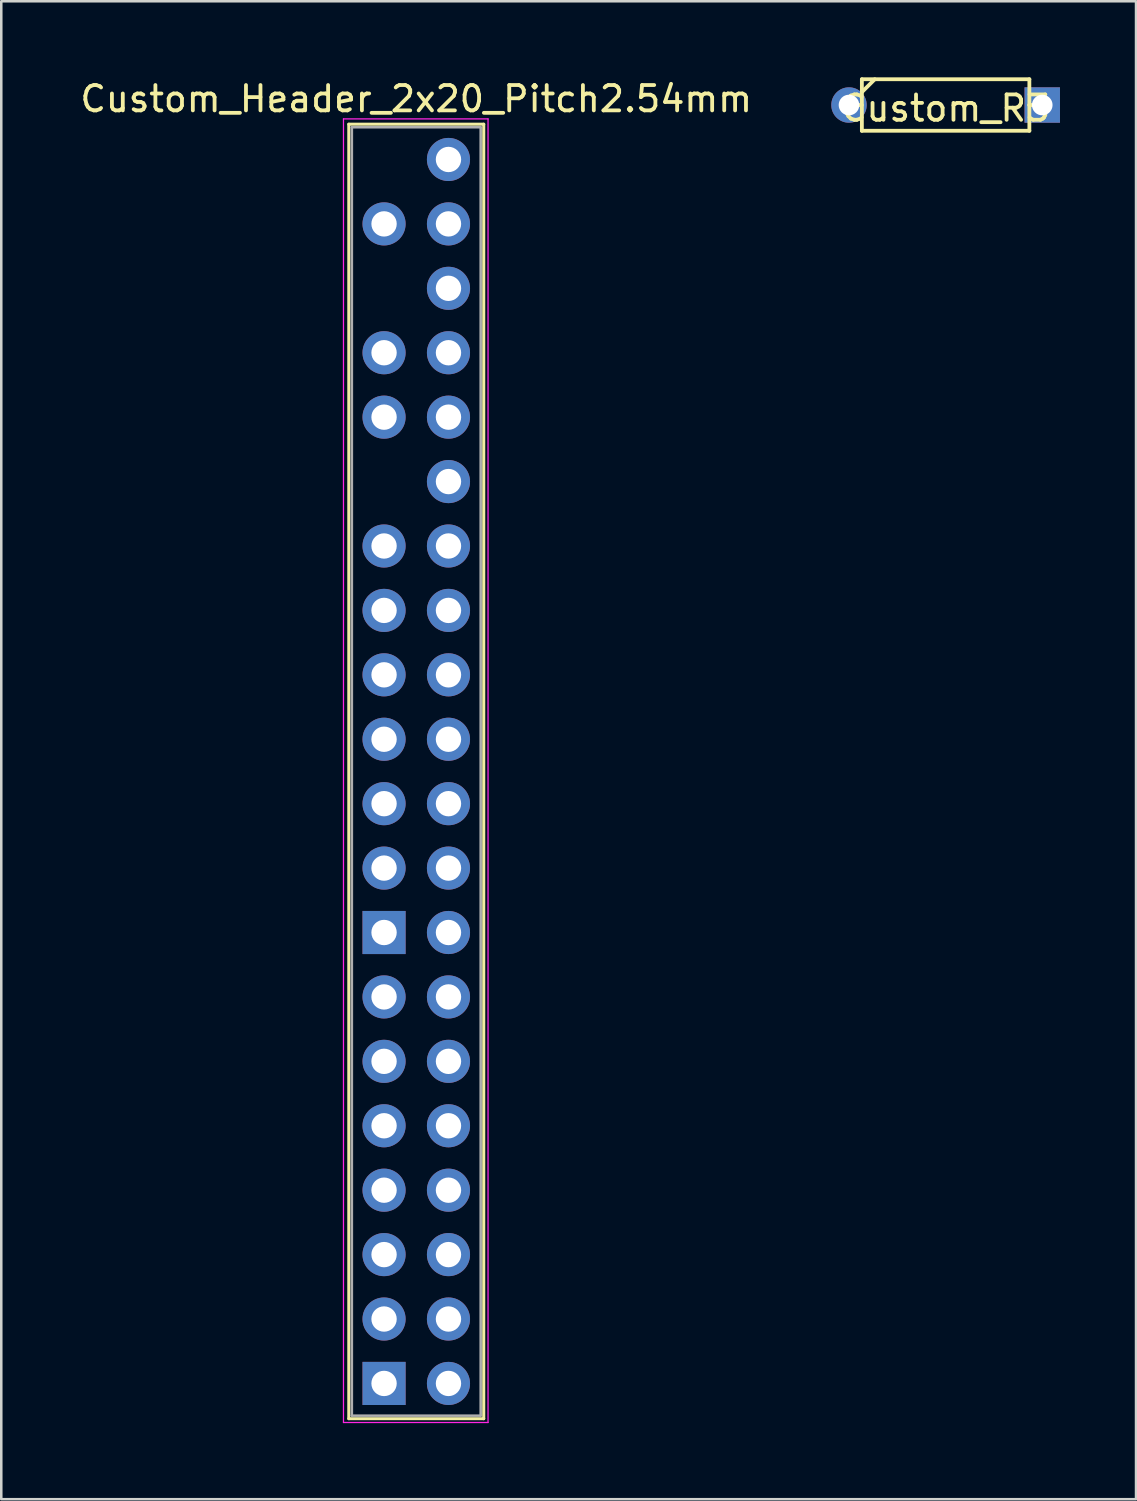
<source format=kicad_pcb>
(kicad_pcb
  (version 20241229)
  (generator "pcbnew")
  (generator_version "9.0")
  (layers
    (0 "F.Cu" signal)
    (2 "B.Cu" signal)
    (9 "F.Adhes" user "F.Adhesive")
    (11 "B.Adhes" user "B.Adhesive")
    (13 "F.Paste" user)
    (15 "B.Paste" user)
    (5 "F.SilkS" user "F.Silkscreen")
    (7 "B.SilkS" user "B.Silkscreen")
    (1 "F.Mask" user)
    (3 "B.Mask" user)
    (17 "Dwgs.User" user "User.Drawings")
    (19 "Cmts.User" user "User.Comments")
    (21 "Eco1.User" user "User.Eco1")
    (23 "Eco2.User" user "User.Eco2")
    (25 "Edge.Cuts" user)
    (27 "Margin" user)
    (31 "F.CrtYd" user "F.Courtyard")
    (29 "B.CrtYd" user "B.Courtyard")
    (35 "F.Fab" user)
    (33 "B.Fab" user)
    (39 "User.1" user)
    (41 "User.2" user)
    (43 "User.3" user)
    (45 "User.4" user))
  (footprint "Custom_Header_2x20_Pitch2.54mm"
    (layer "F.Cu")
    (at 12.093 3.238)
    (property "Reference" "Custom_Header_2x20_Pitch2.54mm" (at 1.27 -2.39 0) (layer "F.SilkS") (effects (font (size 1 1) (thickness 0.15))))
    (attr through_hole)
    (fp_line (start -1.39 -1.39) (end -1.39 49.65) (stroke (width 0.12) (type solid)) (layer "F.SilkS"))
    (fp_line (start -1.39 49.65) (end 3.93 49.65) (stroke (width 0.12) (type solid)) (layer "F.SilkS"))
    (fp_line (start 3.93 -1.39) (end -1.39 -1.39) (stroke (width 0.12) (type solid)) (layer "F.SilkS"))
    (fp_line (start 3.93 49.65) (end 3.93 -1.39) (stroke (width 0.12) (type solid)) (layer "F.SilkS"))
    (fp_line (start -1.6 -1.6) (end -1.6 49.8) (stroke (width 0.05) (type solid)) (layer "F.CrtYd"))
    (fp_line (start -1.6 49.8) (end 4.1 49.8) (stroke (width 0.05) (type solid)) (layer "F.CrtYd"))
    (fp_line (start 4.1 -1.6) (end -1.6 -1.6) (stroke (width 0.05) (type solid)) (layer "F.CrtYd"))
    (fp_line (start 4.1 49.8) (end 4.1 -1.6) (stroke (width 0.05) (type solid)) (layer "F.CrtYd"))
    (fp_line (start -1.27 -1.27) (end -1.27 49.53) (stroke (width 0.1) (type solid)) (layer "F.Fab"))
    (fp_line (start -1.27 49.53) (end 3.81 49.53) (stroke (width 0.1) (type solid)) (layer "F.Fab"))
    (fp_line (start 3.81 -1.27) (end -1.27 -1.27) (stroke (width 0.1) (type solid)) (layer "F.Fab"))
    (fp_line (start 3.81 49.53) (end 3.81 -1.27) (stroke (width 0.1) (type solid)) (layer "F.Fab"))
    (pad "2" thru_hole oval (at 2.54 0) (size 1.7 1.7) (drill 1) (layers "*.Cu" "*.Mask"))
    (pad "3" thru_hole oval (at 0 2.54) (size 1.7 1.7) (drill 1) (layers "*.Cu" "*.Mask"))
    (pad "4" thru_hole oval (at 2.54 2.54) (size 1.7 1.7) (drill 1) (layers "*.Cu" "*.Mask"))
    (pad "6" thru_hole oval (at 2.54 5.08) (size 1.7 1.7) (drill 1) (layers "*.Cu" "*.Mask"))
    (pad "7" thru_hole oval (at 0 7.62) (size 1.7 1.7) (drill 1) (layers "*.Cu" "*.Mask"))
    (pad "8" thru_hole oval (at 2.54 7.62) (size 1.7 1.7) (drill 1) (layers "*.Cu" "*.Mask"))
    (pad "9" thru_hole oval (at 0 10.16) (size 1.7 1.7) (drill 1) (layers "*.Cu" "*.Mask"))
    (pad "10" thru_hole oval (at 2.54 10.16) (size 1.7 1.7) (drill 1) (layers "*.Cu" "*.Mask"))
    (pad "12" thru_hole oval (at 2.54 12.7) (size 1.7 1.7) (drill 1) (layers "*.Cu" "*.Mask"))
    (pad "13" thru_hole oval (at 0 15.24) (size 1.7 1.7) (drill 1) (layers "*.Cu" "*.Mask"))
    (pad "14" thru_hole oval (at 2.54 15.24) (size 1.7 1.7) (drill 1) (layers "*.Cu" "*.Mask"))
    (pad "15" thru_hole oval (at 0 17.78) (size 1.7 1.7) (drill 1) (layers "*.Cu" "*.Mask"))
    (pad "16" thru_hole oval (at 2.54 17.78) (size 1.7 1.7) (drill 1) (layers "*.Cu" "*.Mask"))
    (pad "17" thru_hole oval (at 0 20.32) (size 1.7 1.7) (drill 1) (layers "*.Cu" "*.Mask"))
    (pad "18" thru_hole oval (at 2.54 20.32) (size 1.7 1.7) (drill 1) (layers "*.Cu" "*.Mask"))
    (pad "19" thru_hole oval (at 0 22.86) (size 1.7 1.7) (drill 1) (layers "*.Cu" "*.Mask"))
    (pad "20" thru_hole oval (at 2.54 22.86) (size 1.7 1.7) (drill 1) (layers "*.Cu" "*.Mask"))
    (pad "21" thru_hole oval (at 0 25.4) (size 1.7 1.7) (drill 1) (layers "*.Cu" "*.Mask"))
    (pad "22" thru_hole oval (at 2.54 25.4) (size 1.7 1.7) (drill 1) (layers "*.Cu" "*.Mask"))
    (pad "23" thru_hole oval (at 0 27.94) (size 1.7 1.7) (drill 1) (layers "*.Cu" "*.Mask"))
    (pad "24" thru_hole oval (at 2.54 27.94) (size 1.7 1.7) (drill 1) (layers "*.Cu" "*.Mask"))
    (pad "25" thru_hole rect (at 0 30.48) (size 1.7 1.7) (drill 1) (layers "*.Cu" "*.Mask"))
    (pad "26" thru_hole oval (at 2.54 30.48) (size 1.7 1.7) (drill 1) (layers "*.Cu" "*.Mask"))
    (pad "27" thru_hole oval (at 0 33.02) (size 1.7 1.7) (drill 1) (layers "*.Cu" "*.Mask"))
    (pad "28" thru_hole oval (at 2.54 33.02) (size 1.7 1.7) (drill 1) (layers "*.Cu" "*.Mask"))
    (pad "29" thru_hole oval (at 0 35.56) (size 1.7 1.7) (drill 1) (layers "*.Cu" "*.Mask"))
    (pad "30" thru_hole oval (at 2.54 35.56) (size 1.7 1.7) (drill 1) (layers "*.Cu" "*.Mask"))
    (pad "31" thru_hole oval (at 0 38.1) (size 1.7 1.7) (drill 1) (layers "*.Cu" "*.Mask"))
    (pad "32" thru_hole oval (at 2.54 38.1) (size 1.7 1.7) (drill 1) (layers "*.Cu" "*.Mask"))
    (pad "33" thru_hole oval (at 0 40.64) (size 1.7 1.7) (drill 1) (layers "*.Cu" "*.Mask"))
    (pad "34" thru_hole oval (at 2.54 40.64) (size 1.7 1.7) (drill 1) (layers "*.Cu" "*.Mask"))
    (pad "35" thru_hole oval (at 0 43.18) (size 1.7 1.7) (drill 1) (layers "*.Cu" "*.Mask"))
    (pad "36" thru_hole oval (at 2.54 43.18) (size 1.7 1.7) (drill 1) (layers "*.Cu" "*.Mask"))
    (pad "37" thru_hole oval (at 0 45.72) (size 1.7 1.7) (drill 1) (layers "*.Cu" "*.Mask"))
    (pad "38" thru_hole oval (at 2.54 45.72) (size 1.7 1.7) (drill 1) (layers "*.Cu" "*.Mask"))
    (pad "39" thru_hole rect (at 0 48.26) (size 1.7 1.7) (drill 1) (layers "*.Cu" "*.Mask"))
    (pad "40" thru_hole oval (at 2.54 48.26) (size 1.7 1.7) (drill 1) (layers "*.Cu" "*.Mask")))
  (footprint "Custom_R3"
    (layer "F.Cu")
    (at 34.235 1.091)
    (property "Reference" "Custom_R3" (at 0 0.127 0) (layer "F.SilkS") (effects (font (size 1 1) (thickness 0.15))))
    (attr through_hole)
    (fp_line (start -3.81 0) (end -3.302 0) (stroke (width 0.15) (type solid)) (layer "F.SilkS"))
    (fp_line (start -3.302 -1.016) (end -3.302 1.016) (stroke (width 0.15) (type solid)) (layer "F.SilkS"))
    (fp_line (start -3.302 -0.508) (end -2.794 -1.016) (stroke (width 0.15) (type solid)) (layer "F.SilkS"))
    (fp_line (start -3.302 1.016) (end 3.302 1.016) (stroke (width 0.15) (type solid)) (layer "F.SilkS"))
    (fp_line (start 3.302 -1.016) (end -3.302 -1.016) (stroke (width 0.15) (type solid)) (layer "F.SilkS"))
    (fp_line (start 3.302 0) (end 3.302 -1.016) (stroke (width 0.15) (type solid)) (layer "F.SilkS"))
    (fp_line (start 3.302 1.016) (end 3.302 0) (stroke (width 0.15) (type solid)) (layer "F.SilkS"))
    (fp_line (start 3.81 0) (end 3.302 0) (stroke (width 0.15) (type solid)) (layer "F.SilkS"))
    (pad "1" thru_hole circle (at -3.81 0) (size 1.397 1.397) (drill 0.813) (layers "*.Cu" "*.Mask"))
    (pad "2" thru_hole rect (at 3.81 0) (size 1.397 1.397) (drill 0.813) (layers "*.Cu" "*.Mask")))
  (gr_rect
    (start -3 -3)
    (end 41.743 56.063)
    (stroke (width 0.1) (type default))
    (fill no)
    (layer "Edge.Cuts")))
</source>
